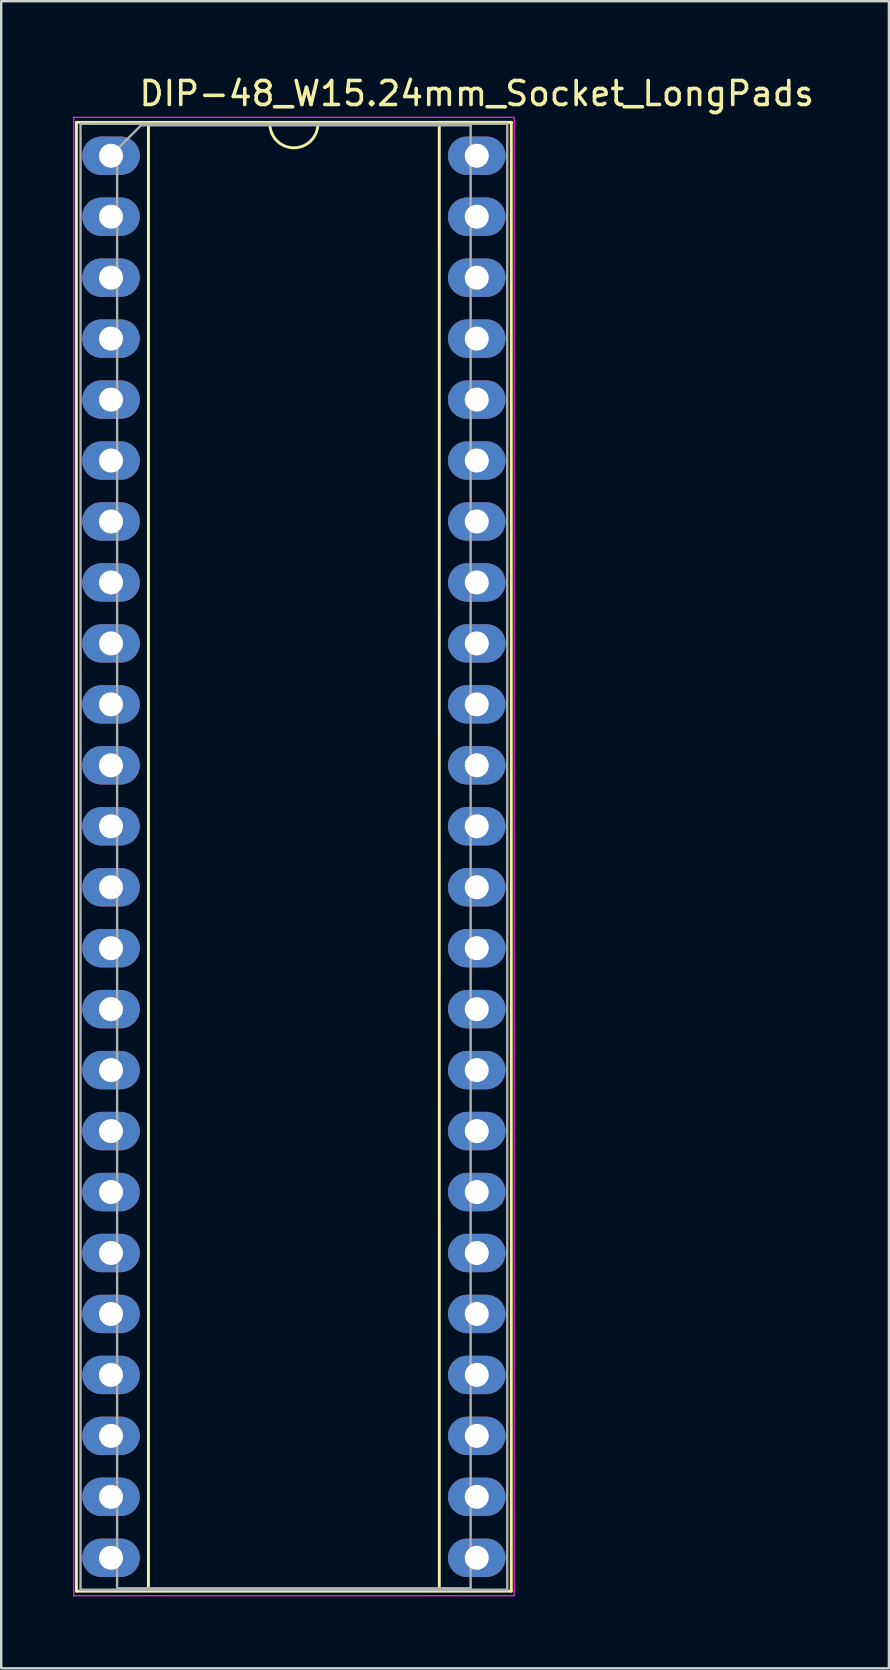
<source format=kicad_pcb>
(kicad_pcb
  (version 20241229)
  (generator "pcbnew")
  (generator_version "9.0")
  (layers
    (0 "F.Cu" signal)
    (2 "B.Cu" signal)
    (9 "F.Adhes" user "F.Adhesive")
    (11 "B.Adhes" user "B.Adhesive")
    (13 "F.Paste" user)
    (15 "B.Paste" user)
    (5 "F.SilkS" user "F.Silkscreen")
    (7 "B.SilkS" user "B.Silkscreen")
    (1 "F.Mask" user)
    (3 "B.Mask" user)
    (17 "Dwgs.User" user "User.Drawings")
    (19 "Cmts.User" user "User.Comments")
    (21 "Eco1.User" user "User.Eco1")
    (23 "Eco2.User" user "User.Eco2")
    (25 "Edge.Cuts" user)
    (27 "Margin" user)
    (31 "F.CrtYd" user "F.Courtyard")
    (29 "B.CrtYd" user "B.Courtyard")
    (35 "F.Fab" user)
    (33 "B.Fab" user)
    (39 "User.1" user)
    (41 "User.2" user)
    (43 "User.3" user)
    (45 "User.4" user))
  (footprint "DIP-48_W15.24mm_Socket_LongPads"
    (layer "F.Cu")
    (at 1.575 3.439)
    (property "Reference" "DIP-48_W15.24mm_Socket_LongPads" (at 15.24 -2.591 180) (layer "F.SilkS") (effects (font (size 1 1) (thickness 0.15))))
    (attr through_hole)
    (fp_line (start -1.44 -1.39) (end -1.44 59.81) (stroke (width 0.12) (type solid)) (layer "F.SilkS"))
    (fp_line (start -1.44 59.81) (end 16.68 59.81) (stroke (width 0.12) (type solid)) (layer "F.SilkS"))
    (fp_line (start 1.56 -1.33) (end 1.56 59.75) (stroke (width 0.12) (type solid)) (layer "F.SilkS"))
    (fp_line (start 1.56 59.75) (end 13.68 59.75) (stroke (width 0.12) (type solid)) (layer "F.SilkS"))
    (fp_line (start 6.62 -1.33) (end 1.56 -1.33) (stroke (width 0.12) (type solid)) (layer "F.SilkS"))
    (fp_line (start 8.62 -1.33) (end 8.623 -1.39) (stroke (width 0.12) (type solid)) (layer "F.SilkS"))
    (fp_line (start 8.62 -1.33) (end 13.68 -1.33) (stroke (width 0.12) (type solid)) (layer "F.SilkS"))
    (fp_line (start 13.68 59.75) (end 13.678 -1.39) (stroke (width 0.12) (type solid)) (layer "F.SilkS"))
    (fp_line (start 16.68 -1.39) (end -1.44 -1.39) (stroke (width 0.12) (type solid)) (layer "F.SilkS"))
    (fp_line (start 16.68 -1.39) (end 13.678 -1.39) (stroke (width 0.12) (type solid)) (layer "F.SilkS"))
    (fp_line (start 16.68 59.81) (end 16.68 -1.39) (stroke (width 0.12) (type solid)) (layer "F.SilkS"))
    (fp_arc (start 8.62 -1.33) (mid 7.62 -0.33) (end 6.62 -1.33) (stroke (width 0.12) (type solid)) (layer "F.SilkS"))
    (fp_line (start -1.55 -1.6) (end -1.55 60) (stroke (width 0.05) (type solid)) (layer "F.CrtYd"))
    (fp_line (start -1.55 60) (end 16.8 60) (stroke (width 0.05) (type solid)) (layer "F.CrtYd"))
    (fp_line (start 16.8 -1.6) (end -1.55 -1.6) (stroke (width 0.05) (type solid)) (layer "F.CrtYd"))
    (fp_line (start 16.8 60) (end 16.8 -1.6) (stroke (width 0.05) (type solid)) (layer "F.CrtYd"))
    (fp_line (start -1.27 -1.33) (end -1.27 59.75) (stroke (width 0.1) (type solid)) (layer "F.Fab"))
    (fp_line (start -1.27 59.75) (end 16.51 59.75) (stroke (width 0.1) (type solid)) (layer "F.Fab"))
    (fp_line (start 0.255 -0.27) (end 1.255 -1.27) (stroke (width 0.1) (type solid)) (layer "F.Fab"))
    (fp_line (start 0.255 59.69) (end 0.255 -0.27) (stroke (width 0.1) (type solid)) (layer "F.Fab"))
    (fp_line (start 1.255 -1.27) (end 14.985 -1.27) (stroke (width 0.1) (type solid)) (layer "F.Fab"))
    (fp_line (start 14.985 -1.27) (end 14.985 59.69) (stroke (width 0.1) (type solid)) (layer "F.Fab"))
    (fp_line (start 14.985 59.69) (end 0.255 59.69) (stroke (width 0.1) (type solid)) (layer "F.Fab"))
    (fp_line (start 16.51 -1.33) (end -1.27 -1.33) (stroke (width 0.1) (type solid)) (layer "F.Fab"))
    (fp_line (start 16.51 59.75) (end 16.51 -1.33) (stroke (width 0.1) (type solid)) (layer "F.Fab"))
    (pad "1" thru_hole oval (at 0 0) (size 2.4 1.6) (drill 1) (layers "*.Cu" "*.Mask"))
    (pad "2" thru_hole oval (at 0 2.54) (size 2.4 1.6) (drill 1) (layers "*.Cu" "*.Mask"))
    (pad "3" thru_hole oval (at 0 5.08) (size 2.4 1.6) (drill 1) (layers "*.Cu" "*.Mask"))
    (pad "4" thru_hole oval (at 0 7.62) (size 2.4 1.6) (drill 1) (layers "*.Cu" "*.Mask"))
    (pad "5" thru_hole oval (at 0 10.16) (size 2.4 1.6) (drill 1) (layers "*.Cu" "*.Mask"))
    (pad "6" thru_hole oval (at 0 12.7) (size 2.4 1.6) (drill 1) (layers "*.Cu" "*.Mask"))
    (pad "7" thru_hole oval (at 0 15.24) (size 2.4 1.6) (drill 1) (layers "*.Cu" "*.Mask"))
    (pad "8" thru_hole oval (at 0 17.78) (size 2.4 1.6) (drill 1) (layers "*.Cu" "*.Mask"))
    (pad "9" thru_hole oval (at 0 20.32) (size 2.4 1.6) (drill 1) (layers "*.Cu" "*.Mask"))
    (pad "10" thru_hole oval (at 0 22.86) (size 2.4 1.6) (drill 1) (layers "*.Cu" "*.Mask"))
    (pad "11" thru_hole oval (at 0 25.4) (size 2.4 1.6) (drill 1) (layers "*.Cu" "*.Mask"))
    (pad "12" thru_hole oval (at 0 27.94) (size 2.4 1.6) (drill 1) (layers "*.Cu" "*.Mask"))
    (pad "13" thru_hole oval (at 0 30.48) (size 2.4 1.6) (drill 1) (layers "*.Cu" "*.Mask"))
    (pad "14" thru_hole oval (at 0 33.02) (size 2.4 1.6) (drill 1) (layers "*.Cu" "*.Mask"))
    (pad "15" thru_hole oval (at 0 35.56) (size 2.4 1.6) (drill 1) (layers "*.Cu" "*.Mask"))
    (pad "16" thru_hole oval (at 0 38.1) (size 2.4 1.6) (drill 1) (layers "*.Cu" "*.Mask"))
    (pad "17" thru_hole oval (at 0 40.64) (size 2.4 1.6) (drill 1) (layers "*.Cu" "*.Mask"))
    (pad "18" thru_hole oval (at 0 43.18) (size 2.4 1.6) (drill 1) (layers "*.Cu" "*.Mask"))
    (pad "19" thru_hole oval (at 0 45.72) (size 2.4 1.6) (drill 1) (layers "*.Cu" "*.Mask"))
    (pad "20" thru_hole oval (at 0 48.26) (size 2.4 1.6) (drill 1) (layers "*.Cu" "*.Mask"))
    (pad "21" thru_hole oval (at 0 50.8) (size 2.4 1.6) (drill 1) (layers "*.Cu" "*.Mask"))
    (pad "22" thru_hole oval (at 0 53.34) (size 2.4 1.6) (drill 1) (layers "*.Cu" "*.Mask"))
    (pad "23" thru_hole oval (at 0 55.88) (size 2.4 1.6) (drill 1) (layers "*.Cu" "*.Mask"))
    (pad "24" thru_hole oval (at 0 58.42) (size 2.4 1.6) (drill 1) (layers "*.Cu" "*.Mask"))
    (pad "25" thru_hole oval (at 15.24 58.42) (size 2.4 1.6) (drill 1) (layers "*.Cu" "*.Mask"))
    (pad "26" thru_hole oval (at 15.24 55.88) (size 2.4 1.6) (drill 1) (layers "*.Cu" "*.Mask"))
    (pad "27" thru_hole oval (at 15.24 53.34) (size 2.4 1.6) (drill 1) (layers "*.Cu" "*.Mask"))
    (pad "28" thru_hole oval (at 15.24 50.8) (size 2.4 1.6) (drill 1) (layers "*.Cu" "*.Mask"))
    (pad "29" thru_hole oval (at 15.24 48.26) (size 2.4 1.6) (drill 1) (layers "*.Cu" "*.Mask"))
    (pad "30" thru_hole oval (at 15.24 45.72) (size 2.4 1.6) (drill 1) (layers "*.Cu" "*.Mask"))
    (pad "31" thru_hole oval (at 15.24 43.18) (size 2.4 1.6) (drill 1) (layers "*.Cu" "*.Mask"))
    (pad "32" thru_hole oval (at 15.24 40.64) (size 2.4 1.6) (drill 1) (layers "*.Cu" "*.Mask"))
    (pad "33" thru_hole oval (at 15.24 38.1) (size 2.4 1.6) (drill 1) (layers "*.Cu" "*.Mask"))
    (pad "34" thru_hole oval (at 15.24 35.56) (size 2.4 1.6) (drill 1) (layers "*.Cu" "*.Mask"))
    (pad "35" thru_hole oval (at 15.24 33.02) (size 2.4 1.6) (drill 1) (layers "*.Cu" "*.Mask"))
    (pad "36" thru_hole oval (at 15.24 30.48) (size 2.4 1.6) (drill 1) (layers "*.Cu" "*.Mask"))
    (pad "37" thru_hole oval (at 15.24 27.94) (size 2.4 1.6) (drill 1) (layers "*.Cu" "*.Mask"))
    (pad "38" thru_hole oval (at 15.24 25.4) (size 2.4 1.6) (drill 1) (layers "*.Cu" "*.Mask"))
    (pad "39" thru_hole oval (at 15.24 22.86) (size 2.4 1.6) (drill 1) (layers "*.Cu" "*.Mask"))
    (pad "40" thru_hole oval (at 15.24 20.32) (size 2.4 1.6) (drill 1) (layers "*.Cu" "*.Mask"))
    (pad "41" thru_hole oval (at 15.24 17.78) (size 2.4 1.6) (drill 1) (layers "*.Cu" "*.Mask"))
    (pad "42" thru_hole oval (at 15.24 15.24) (size 2.4 1.6) (drill 1) (layers "*.Cu" "*.Mask"))
    (pad "43" thru_hole oval (at 15.24 12.7) (size 2.4 1.6) (drill 1) (layers "*.Cu" "*.Mask"))
    (pad "44" thru_hole oval (at 15.24 10.16) (size 2.4 1.6) (drill 1) (layers "*.Cu" "*.Mask"))
    (pad "45" thru_hole oval (at 15.24 7.62) (size 2.4 1.6) (drill 1) (layers "*.Cu" "*.Mask"))
    (pad "46" thru_hole oval (at 15.24 5.08) (size 2.4 1.6) (drill 1) (layers "*.Cu" "*.Mask"))
    (pad "47" thru_hole oval (at 15.24 2.54) (size 2.4 1.6) (drill 1) (layers "*.Cu" "*.Mask"))
    (pad "48" thru_hole oval (at 15.24 0) (size 2.4 1.6) (drill 1) (layers "*.Cu" "*.Mask")))
  (gr_rect
    (start -3 -3)
    (end 33.988 66.464)
    (stroke (width 0.1) (type default))
    (fill no)
    (layer "Edge.Cuts")))
</source>
